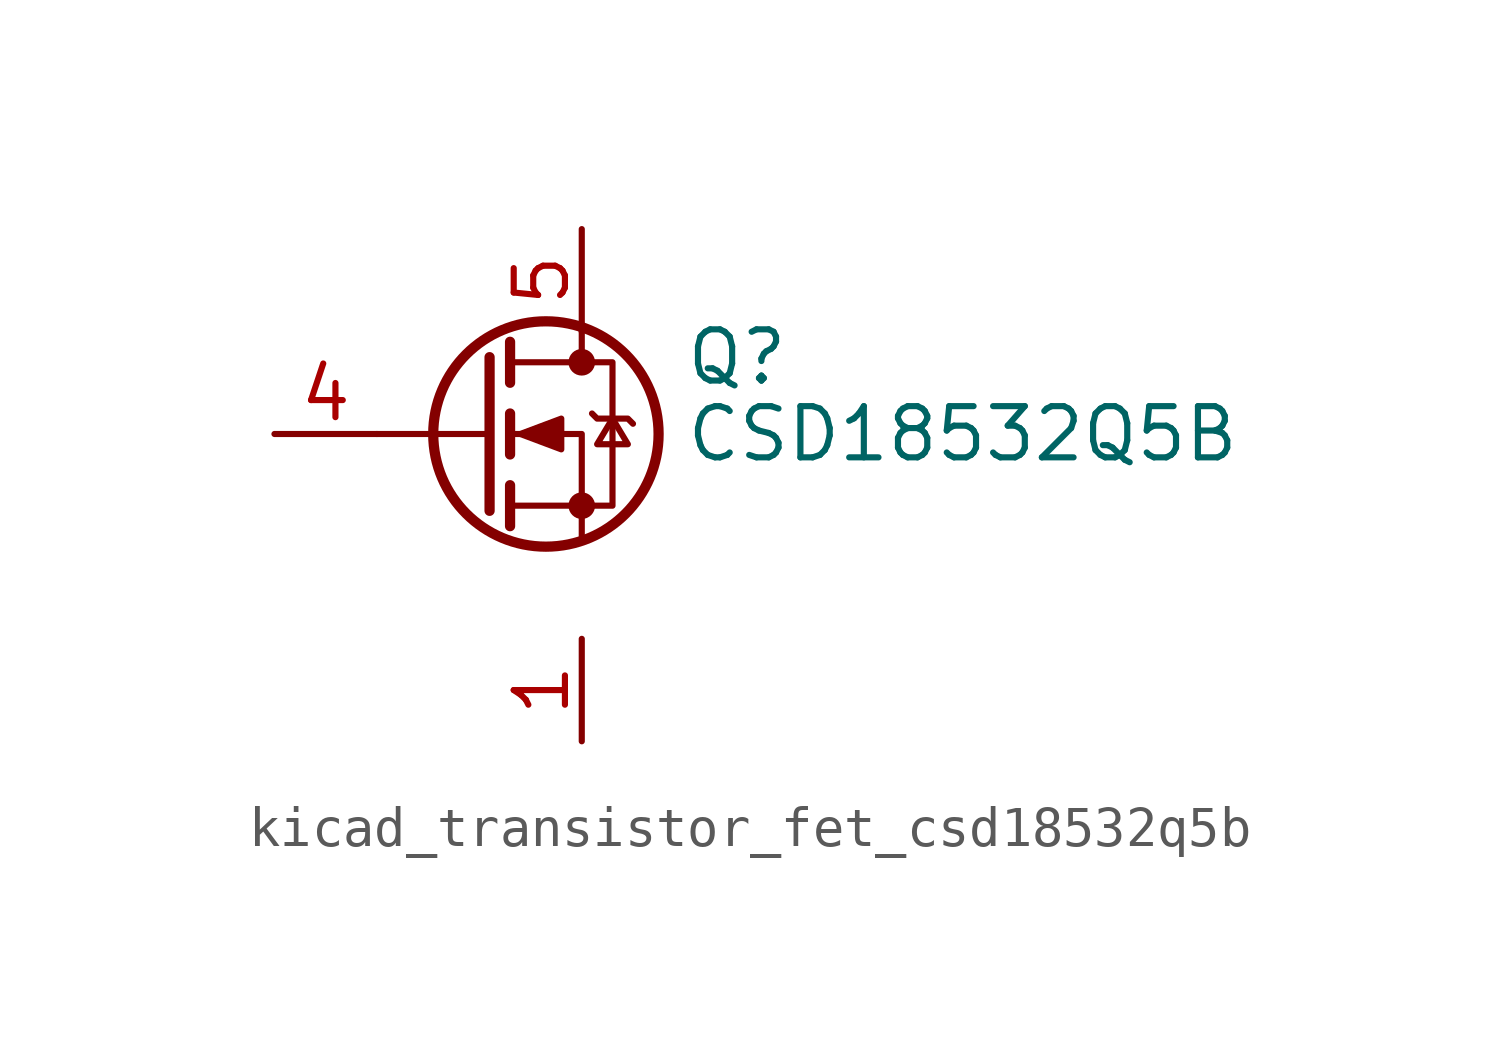
<source format=kicad_sym>
(kicad_symbol_lib
  (version 20220914)
  (generator kicad_symbol_editor)
  (symbol "kicad_transistor_fet_csd18532q5b"
    (pin_names hide)
    (property "Reference" "Q"
      (at 5.08 1.905 0)
      (effects (font (size 1.27 1.27)) (justify left)))
    (property "Value" "CSD18532Q5B"
      (at 5.08 0 0)
      (effects (font (size 1.27 1.27)) (justify left)))
    (symbol "kicad_transistor_fet_csd18532q5b_0_1"
      (polyline (pts (xy 0.254 0) (xy -2.54 0)) (stroke (width 0) (type default)) (fill (type none)))
      (polyline (pts (xy 0.254 1.905) (xy 0.254 -1.905)) (stroke (width 0.254) (type default)) (fill (type none)))
      (polyline (pts (xy 0.762 -1.27) (xy 0.762 -2.286)) (stroke (width 0.254) (type default)) (fill (type none)))
      (polyline (pts (xy 0.762 0.508) (xy 0.762 -0.508)) (stroke (width 0.254) (type default)) (fill (type none)))
      (polyline (pts (xy 0.762 2.286) (xy 0.762 1.27)) (stroke (width 0.254) (type default)) (fill (type none)))
      (polyline (pts (xy 2.54 2.54) (xy 2.54 1.778)) (stroke (width 0) (type default)) (fill (type none)))
      (polyline (pts (xy 2.54 -2.54) (xy 2.54 0) (xy 0.762 0)) (stroke (width 0) (type default)) (fill (type none)))
      (polyline (pts (xy 0.762 -1.778) (xy 3.302 -1.778) (xy 3.302 1.778) (xy 0.762 1.778)) (stroke (width 0) (type default)) (fill (type none)))
      (polyline (pts (xy 1.016 0) (xy 2.032 0.381) (xy 2.032 -0.381) (xy 1.016 0)) (stroke (width 0) (type default)) (fill (type outline)))
      (polyline (pts (xy 2.794 0.508) (xy 2.921 0.381) (xy 3.683 0.381) (xy 3.81 0.254)) (stroke (width 0) (type default)) (fill (type none)))
      (polyline (pts (xy 3.302 0.381) (xy 2.921 -0.254) (xy 3.683 -0.254) (xy 3.302 0.381)) (stroke (width 0) (type default)) (fill (type none)))
      (circle (center 1.651 0) (radius 2.794) (stroke (width 0.254) (type default)) (fill (type none)))
      (circle (center 2.54 -1.778) (radius 0.254) (stroke (width 0) (type default)) (fill (type outline)))
      (circle (center 2.54 1.778) (radius 0.254) (stroke (width 0) (type default)) (fill (type outline))))
    (symbol "kicad_transistor_fet_csd18532q5b_1_1"
      (pin passive line (at 2.54 -5.08 270) (length 2.54) (name "S" (effects (font (size 1.27 1.27)))) (number "1" (effects (font (size 1.27 1.27)))))
      (pin passive line (at 2.54 -5.08 270) (length 2.54) hide (name "S" (effects (font (size 1.27 1.27)))) (number "2" (effects (font (size 1.27 1.27)))))
      (pin passive line (at 2.54 -5.08 90) (length 2.54) hide (name "S" (effects (font (size 1.27 1.27)))) (number "3" (effects (font (size 1.27 1.27)))))
      (pin passive line (at -5.08 0 0) (length 2.54) (name "G" (effects (font (size 1.27 1.27)))) (number "4" (effects (font (size 1.27 1.27)))))
      (pin passive line (at 2.54 5.08 270) (length 2.54) (name "D" (effects (font (size 1.27 1.27)))) (number "5" (effects (font (size 1.27 1.27))))))))
</source>
